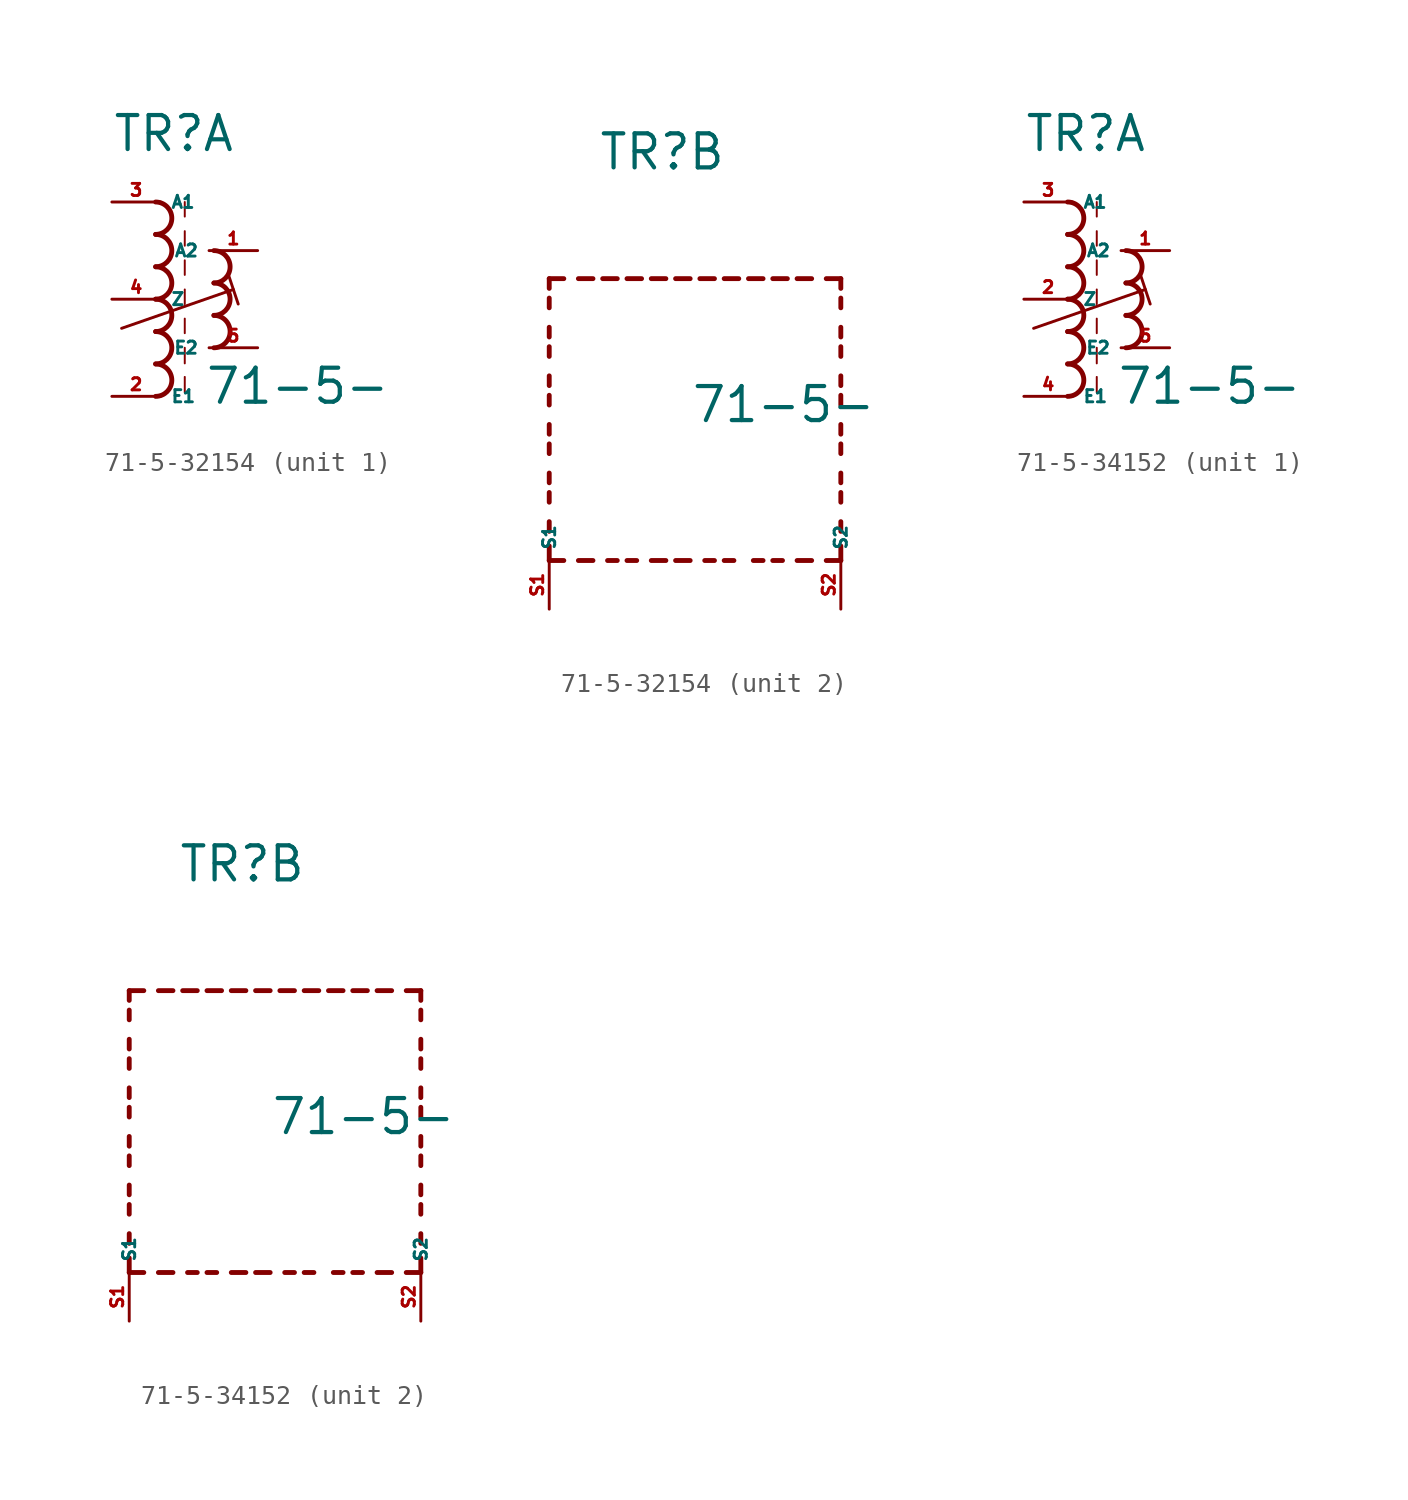
<source format=kicad_sym>
(kicad_symbol_lib
  (version 20220914)
  (generator kicad_symbol_editor)
  (symbol "71-5-32154"
    (property "Reference" "TR"
      (at -2.54 7.62 0)
      (effects (font (size 1.778 1.778) (thickness 0.22)) (justify left bottom)))
    (property "Value" "71-5-"
      (at 2.286 -5.588 0)
      (effects (font (size 1.778 1.778) (thickness 0.22)) (justify left bottom)))
    (symbol "71-5-32154_1_0"
      (arc (start -0.2534 -5.08) (mid 0.593 -4.2333) (end -0.2534 -3.3866) (stroke (width 0.254) (type default)) (fill (type none)))
      (arc (start -0.2534 -3.3866) (mid 0.593 -2.5399) (end -0.2534 -1.6932) (stroke (width 0.254) (type default)) (fill (type none)))
      (arc (start -0.2534 -1.6934) (mid 0.593 -0.8467) (end -0.2534 0) (stroke (width 0.254) (type default)) (fill (type none)))
      (arc (start -0.2534 0) (mid 0.593 0.8467) (end -0.2534 1.6934) (stroke (width 0.254) (type default)) (fill (type none)))
      (arc (start -0.2532 1.6934) (mid 0.593 2.54) (end -0.2532 3.3866) (stroke (width 0.254) (type default)) (fill (type none)))
      (arc (start -0.2534 3.3866) (mid 0.593 4.2333) (end -0.2534 5.08) (stroke (width 0.254) (type default)) (fill (type none)))
      (polyline (pts (xy -2.032 -1.524) (xy 3.81 0.508)) (stroke (width 0.152) (type default)) (fill (type none)))
      (polyline (pts (xy 1.27 -4.064) (xy 1.27 -4.88)) (stroke (width 0.102) (type default)) (fill (type none)))
      (polyline (pts (xy 1.27 -2.54) (xy 1.27 -3.356)) (stroke (width 0.102) (type default)) (fill (type none)))
      (polyline (pts (xy 1.27 -1.016) (xy 1.27 -1.778)) (stroke (width 0.102) (type default)) (fill (type none)))
      (polyline (pts (xy 1.27 0.508) (xy 1.27 -0.254)) (stroke (width 0.102) (type default)) (fill (type none)))
      (polyline (pts (xy 1.27 2.032) (xy 1.27 1.27)) (stroke (width 0.102) (type default)) (fill (type none)))
      (polyline (pts (xy 1.27 3.556) (xy 1.27 2.794)) (stroke (width 0.102) (type default)) (fill (type none)))
      (polyline (pts (xy 1.27 5.08) (xy 1.27 4.318)) (stroke (width 0.102) (type default)) (fill (type none)))
      (polyline (pts (xy 3.556 1.27) (xy 4.064 -0.254)) (stroke (width 0.152) (type default)) (fill (type none)))
      (arc (start 2.794 -2.54) (mid 3.6404 -1.6933) (end 2.794 -0.8466) (stroke (width 0.254) (type default)) (fill (type none)))
      (arc (start 2.794 -0.8466) (mid 3.6402 0) (end 2.794 0.8466) (stroke (width 0.254) (type default)) (fill (type none)))
      (arc (start 2.794 0.8466) (mid 3.6404 1.6933) (end 2.794 2.54) (stroke (width 0.254) (type default)) (fill (type none)))
      (pin passive line (at 5.08 2.54 180) (length 2.54) (name "A2" (effects (font (size 0.635 0.635)))) (number "1" (effects (font (size 0.635 0.635)))))
      (pin passive line (at -2.54 -5.08 0) (length 2.54) (name "E1" (effects (font (size 0.635 0.635)))) (number "2" (effects (font (size 0.635 0.635)))))
      (pin passive line (at -2.54 5.08 0) (length 2.54) (name "A1" (effects (font (size 0.635 0.635)))) (number "3" (effects (font (size 0.635 0.635)))))
      (pin passive line (at -2.54 0 0) (length 2.54) (name "Z" (effects (font (size 0.635 0.635)))) (number "4" (effects (font (size 0.635 0.635)))))
      (pin passive line (at 5.08 -2.54 180) (length 2.54) (name "E2" (effects (font (size 0.635 0.635)))) (number "5" (effects (font (size 0.635 0.635))))))
    (symbol "71-5-32154_2_0"
      (polyline (pts (xy -5.08 -12.7) (xy -5.08 -11.938)) (stroke (width 0.254) (type default)) (fill (type none)))
      (polyline (pts (xy -5.08 -12.7) (xy -4.318 -12.7)) (stroke (width 0.254) (type default)) (fill (type none)))
      (polyline (pts (xy -5.08 -11.176) (xy -5.08 -10.668)) (stroke (width 0.254) (type default)) (fill (type none)))
      (polyline (pts (xy -5.08 -9.652) (xy -5.08 -9.144)) (stroke (width 0.254) (type default)) (fill (type none)))
      (polyline (pts (xy -5.08 -8.636) (xy -5.08 -8.128)) (stroke (width 0.254) (type default)) (fill (type none)))
      (polyline (pts (xy -5.08 -7.112) (xy -5.08 -6.604)) (stroke (width 0.254) (type default)) (fill (type none)))
      (polyline (pts (xy -5.08 -6.096) (xy -5.08 -5.588)) (stroke (width 0.254) (type default)) (fill (type none)))
      (polyline (pts (xy -5.08 -4.572) (xy -5.08 -4.064)) (stroke (width 0.254) (type default)) (fill (type none)))
      (polyline (pts (xy -5.08 -3.556) (xy -5.08 -3.048)) (stroke (width 0.254) (type default)) (fill (type none)))
      (polyline (pts (xy -5.08 -2.032) (xy -5.08 -1.524)) (stroke (width 0.254) (type default)) (fill (type none)))
      (polyline (pts (xy -5.08 -1.016) (xy -5.08 -0.508)) (stroke (width 0.254) (type default)) (fill (type none)))
      (polyline (pts (xy -5.08 0.508) (xy -5.08 1.016)) (stroke (width 0.254) (type default)) (fill (type none)))
      (polyline (pts (xy -5.08 1.524) (xy -5.08 2.032)) (stroke (width 0.254) (type default)) (fill (type none)))
      (polyline (pts (xy -5.08 2.032) (xy -4.318 2.032)) (stroke (width 0.254) (type default)) (fill (type none)))
      (polyline (pts (xy -3.556 -12.7) (xy -2.794 -12.7)) (stroke (width 0.254) (type default)) (fill (type none)))
      (polyline (pts (xy -3.556 2.032) (xy -2.794 2.032)) (stroke (width 0.254) (type default)) (fill (type none)))
      (polyline (pts (xy -1.524 -12.7) (xy -2.032 -12.7)) (stroke (width 0.254) (type default)) (fill (type none)))
      (polyline (pts (xy -1.524 2.032) (xy -2.286 2.032)) (stroke (width 0.254) (type default)) (fill (type none)))
      (polyline (pts (xy -1.016 2.032) (xy -0.254 2.032)) (stroke (width 0.254) (type default)) (fill (type none)))
      (polyline (pts (xy -0.508 -12.7) (xy -1.016 -12.7)) (stroke (width 0.254) (type default)) (fill (type none)))
      (polyline (pts (xy 1.016 -12.7) (xy 0.254 -12.7)) (stroke (width 0.254) (type default)) (fill (type none)))
      (polyline (pts (xy 1.016 2.032) (xy 0.254 2.032)) (stroke (width 0.254) (type default)) (fill (type none)))
      (polyline (pts (xy 1.524 -12.7) (xy 2.286 -12.7)) (stroke (width 0.254) (type default)) (fill (type none)))
      (polyline (pts (xy 1.524 2.032) (xy 2.286 2.032)) (stroke (width 0.254) (type default)) (fill (type none)))
      (polyline (pts (xy 3.556 -12.7) (xy 3.048 -12.7)) (stroke (width 0.254) (type default)) (fill (type none)))
      (polyline (pts (xy 3.556 2.032) (xy 2.794 2.032)) (stroke (width 0.254) (type default)) (fill (type none)))
      (polyline (pts (xy 4.064 2.032) (xy 4.826 2.032)) (stroke (width 0.254) (type default)) (fill (type none)))
      (polyline (pts (xy 4.572 -12.7) (xy 4.064 -12.7)) (stroke (width 0.254) (type default)) (fill (type none)))
      (polyline (pts (xy 6.096 -12.7) (xy 5.588 -12.7)) (stroke (width 0.254) (type default)) (fill (type none)))
      (polyline (pts (xy 6.096 2.032) (xy 5.334 2.032)) (stroke (width 0.254) (type default)) (fill (type none)))
      (polyline (pts (xy 6.604 2.032) (xy 7.366 2.032)) (stroke (width 0.254) (type default)) (fill (type none)))
      (polyline (pts (xy 7.112 -12.7) (xy 6.604 -12.7)) (stroke (width 0.254) (type default)) (fill (type none)))
      (polyline (pts (xy 8.636 -12.7) (xy 7.874 -12.7)) (stroke (width 0.254) (type default)) (fill (type none)))
      (polyline (pts (xy 8.636 2.032) (xy 7.874 2.032)) (stroke (width 0.254) (type default)) (fill (type none)))
      (polyline (pts (xy 10.16 -12.7) (xy 9.398 -12.7)) (stroke (width 0.254) (type default)) (fill (type none)))
      (polyline (pts (xy 10.16 -12.7) (xy 10.16 -11.938)) (stroke (width 0.254) (type default)) (fill (type none)))
      (polyline (pts (xy 10.16 -11.176) (xy 10.16 -10.668)) (stroke (width 0.254) (type default)) (fill (type none)))
      (polyline (pts (xy 10.16 -9.652) (xy 10.16 -9.144)) (stroke (width 0.254) (type default)) (fill (type none)))
      (polyline (pts (xy 10.16 -8.636) (xy 10.16 -8.128)) (stroke (width 0.254) (type default)) (fill (type none)))
      (polyline (pts (xy 10.16 -7.112) (xy 10.16 -6.604)) (stroke (width 0.254) (type default)) (fill (type none)))
      (polyline (pts (xy 10.16 -6.096) (xy 10.16 -5.588)) (stroke (width 0.254) (type default)) (fill (type none)))
      (polyline (pts (xy 10.16 -4.572) (xy 10.16 -4.064)) (stroke (width 0.254) (type default)) (fill (type none)))
      (polyline (pts (xy 10.16 -3.556) (xy 10.16 -3.048)) (stroke (width 0.254) (type default)) (fill (type none)))
      (polyline (pts (xy 10.16 -2.032) (xy 10.16 -1.524)) (stroke (width 0.254) (type default)) (fill (type none)))
      (polyline (pts (xy 10.16 -1.016) (xy 10.16 -0.508)) (stroke (width 0.254) (type default)) (fill (type none)))
      (polyline (pts (xy 10.16 0.508) (xy 10.16 1.016)) (stroke (width 0.254) (type default)) (fill (type none)))
      (polyline (pts (xy 10.16 1.524) (xy 10.16 2.032)) (stroke (width 0.254) (type default)) (fill (type none)))
      (polyline (pts (xy 10.16 2.032) (xy 9.398 2.032)) (stroke (width 0.254) (type default)) (fill (type none)))
      (pin passive line (at -5.08 -15.24 90) (length 2.54) (name "S1" (effects (font (size 0.635 0.635)))) (number "S1" (effects (font (size 0.635 0.635)))))
      (pin passive line (at 10.16 -15.24 90) (length 2.54) (name "S2" (effects (font (size 0.635 0.635)))) (number "S2" (effects (font (size 0.635 0.635)))))))
  (symbol "71-5-34152"
    (property "Reference" "TR"
      (at -2.54 7.62 0)
      (effects (font (size 1.778 1.778) (thickness 0.22)) (justify left bottom)))
    (property "Value" "71-5-"
      (at 2.286 -5.588 0)
      (effects (font (size 1.778 1.778) (thickness 0.22)) (justify left bottom)))
    (symbol "71-5-34152_1_0"
      (arc (start -0.2534 -5.08) (mid 0.593 -4.2333) (end -0.2534 -3.3866) (stroke (width 0.254) (type default)) (fill (type none)))
      (arc (start -0.2534 -3.3866) (mid 0.593 -2.5399) (end -0.2534 -1.6932) (stroke (width 0.254) (type default)) (fill (type none)))
      (arc (start -0.2534 -1.6934) (mid 0.593 -0.8467) (end -0.2534 0) (stroke (width 0.254) (type default)) (fill (type none)))
      (arc (start -0.2534 0) (mid 0.593 0.8467) (end -0.2534 1.6934) (stroke (width 0.254) (type default)) (fill (type none)))
      (arc (start -0.2532 1.6934) (mid 0.593 2.54) (end -0.2532 3.3866) (stroke (width 0.254) (type default)) (fill (type none)))
      (arc (start -0.2534 3.3866) (mid 0.593 4.2333) (end -0.2534 5.08) (stroke (width 0.254) (type default)) (fill (type none)))
      (polyline (pts (xy -2.032 -1.524) (xy 3.81 0.508)) (stroke (width 0.152) (type default)) (fill (type none)))
      (polyline (pts (xy 1.27 -4.064) (xy 1.27 -4.88)) (stroke (width 0.102) (type default)) (fill (type none)))
      (polyline (pts (xy 1.27 -2.54) (xy 1.27 -3.356)) (stroke (width 0.102) (type default)) (fill (type none)))
      (polyline (pts (xy 1.27 -1.016) (xy 1.27 -1.778)) (stroke (width 0.102) (type default)) (fill (type none)))
      (polyline (pts (xy 1.27 0.508) (xy 1.27 -0.254)) (stroke (width 0.102) (type default)) (fill (type none)))
      (polyline (pts (xy 1.27 2.032) (xy 1.27 1.27)) (stroke (width 0.102) (type default)) (fill (type none)))
      (polyline (pts (xy 1.27 3.556) (xy 1.27 2.794)) (stroke (width 0.102) (type default)) (fill (type none)))
      (polyline (pts (xy 1.27 5.08) (xy 1.27 4.318)) (stroke (width 0.102) (type default)) (fill (type none)))
      (polyline (pts (xy 3.556 1.27) (xy 4.064 -0.254)) (stroke (width 0.152) (type default)) (fill (type none)))
      (arc (start 2.794 -2.54) (mid 3.6404 -1.6933) (end 2.794 -0.8466) (stroke (width 0.254) (type default)) (fill (type none)))
      (arc (start 2.794 -0.8466) (mid 3.6402 0) (end 2.794 0.8466) (stroke (width 0.254) (type default)) (fill (type none)))
      (arc (start 2.794 0.8466) (mid 3.6404 1.6933) (end 2.794 2.54) (stroke (width 0.254) (type default)) (fill (type none)))
      (pin passive line (at 5.08 2.54 180) (length 2.54) (name "A2" (effects (font (size 0.635 0.635)))) (number "1" (effects (font (size 0.635 0.635)))))
      (pin passive line (at -2.54 0 0) (length 2.54) (name "Z" (effects (font (size 0.635 0.635)))) (number "2" (effects (font (size 0.635 0.635)))))
      (pin passive line (at -2.54 5.08 0) (length 2.54) (name "A1" (effects (font (size 0.635 0.635)))) (number "3" (effects (font (size 0.635 0.635)))))
      (pin passive line (at -2.54 -5.08 0) (length 2.54) (name "E1" (effects (font (size 0.635 0.635)))) (number "4" (effects (font (size 0.635 0.635)))))
      (pin passive line (at 5.08 -2.54 180) (length 2.54) (name "E2" (effects (font (size 0.635 0.635)))) (number "5" (effects (font (size 0.635 0.635))))))
    (symbol "71-5-34152_2_0"
      (polyline (pts (xy -5.08 -12.7) (xy -5.08 -11.938)) (stroke (width 0.254) (type default)) (fill (type none)))
      (polyline (pts (xy -5.08 -12.7) (xy -4.318 -12.7)) (stroke (width 0.254) (type default)) (fill (type none)))
      (polyline (pts (xy -5.08 -11.176) (xy -5.08 -10.668)) (stroke (width 0.254) (type default)) (fill (type none)))
      (polyline (pts (xy -5.08 -9.652) (xy -5.08 -9.144)) (stroke (width 0.254) (type default)) (fill (type none)))
      (polyline (pts (xy -5.08 -8.636) (xy -5.08 -8.128)) (stroke (width 0.254) (type default)) (fill (type none)))
      (polyline (pts (xy -5.08 -7.112) (xy -5.08 -6.604)) (stroke (width 0.254) (type default)) (fill (type none)))
      (polyline (pts (xy -5.08 -6.096) (xy -5.08 -5.588)) (stroke (width 0.254) (type default)) (fill (type none)))
      (polyline (pts (xy -5.08 -4.572) (xy -5.08 -4.064)) (stroke (width 0.254) (type default)) (fill (type none)))
      (polyline (pts (xy -5.08 -3.556) (xy -5.08 -3.048)) (stroke (width 0.254) (type default)) (fill (type none)))
      (polyline (pts (xy -5.08 -2.032) (xy -5.08 -1.524)) (stroke (width 0.254) (type default)) (fill (type none)))
      (polyline (pts (xy -5.08 -1.016) (xy -5.08 -0.508)) (stroke (width 0.254) (type default)) (fill (type none)))
      (polyline (pts (xy -5.08 0.508) (xy -5.08 1.016)) (stroke (width 0.254) (type default)) (fill (type none)))
      (polyline (pts (xy -5.08 1.524) (xy -5.08 2.032)) (stroke (width 0.254) (type default)) (fill (type none)))
      (polyline (pts (xy -5.08 2.032) (xy -4.318 2.032)) (stroke (width 0.254) (type default)) (fill (type none)))
      (polyline (pts (xy -3.556 -12.7) (xy -2.794 -12.7)) (stroke (width 0.254) (type default)) (fill (type none)))
      (polyline (pts (xy -3.556 2.032) (xy -2.794 2.032)) (stroke (width 0.254) (type default)) (fill (type none)))
      (polyline (pts (xy -1.524 -12.7) (xy -2.032 -12.7)) (stroke (width 0.254) (type default)) (fill (type none)))
      (polyline (pts (xy -1.524 2.032) (xy -2.286 2.032)) (stroke (width 0.254) (type default)) (fill (type none)))
      (polyline (pts (xy -1.016 2.032) (xy -0.254 2.032)) (stroke (width 0.254) (type default)) (fill (type none)))
      (polyline (pts (xy -0.508 -12.7) (xy -1.016 -12.7)) (stroke (width 0.254) (type default)) (fill (type none)))
      (polyline (pts (xy 1.016 -12.7) (xy 0.254 -12.7)) (stroke (width 0.254) (type default)) (fill (type none)))
      (polyline (pts (xy 1.016 2.032) (xy 0.254 2.032)) (stroke (width 0.254) (type default)) (fill (type none)))
      (polyline (pts (xy 1.524 -12.7) (xy 2.286 -12.7)) (stroke (width 0.254) (type default)) (fill (type none)))
      (polyline (pts (xy 1.524 2.032) (xy 2.286 2.032)) (stroke (width 0.254) (type default)) (fill (type none)))
      (polyline (pts (xy 3.556 -12.7) (xy 3.048 -12.7)) (stroke (width 0.254) (type default)) (fill (type none)))
      (polyline (pts (xy 3.556 2.032) (xy 2.794 2.032)) (stroke (width 0.254) (type default)) (fill (type none)))
      (polyline (pts (xy 4.064 2.032) (xy 4.826 2.032)) (stroke (width 0.254) (type default)) (fill (type none)))
      (polyline (pts (xy 4.572 -12.7) (xy 4.064 -12.7)) (stroke (width 0.254) (type default)) (fill (type none)))
      (polyline (pts (xy 6.096 -12.7) (xy 5.588 -12.7)) (stroke (width 0.254) (type default)) (fill (type none)))
      (polyline (pts (xy 6.096 2.032) (xy 5.334 2.032)) (stroke (width 0.254) (type default)) (fill (type none)))
      (polyline (pts (xy 6.604 2.032) (xy 7.366 2.032)) (stroke (width 0.254) (type default)) (fill (type none)))
      (polyline (pts (xy 7.112 -12.7) (xy 6.604 -12.7)) (stroke (width 0.254) (type default)) (fill (type none)))
      (polyline (pts (xy 8.636 -12.7) (xy 7.874 -12.7)) (stroke (width 0.254) (type default)) (fill (type none)))
      (polyline (pts (xy 8.636 2.032) (xy 7.874 2.032)) (stroke (width 0.254) (type default)) (fill (type none)))
      (polyline (pts (xy 10.16 -12.7) (xy 9.398 -12.7)) (stroke (width 0.254) (type default)) (fill (type none)))
      (polyline (pts (xy 10.16 -12.7) (xy 10.16 -11.938)) (stroke (width 0.254) (type default)) (fill (type none)))
      (polyline (pts (xy 10.16 -11.176) (xy 10.16 -10.668)) (stroke (width 0.254) (type default)) (fill (type none)))
      (polyline (pts (xy 10.16 -9.652) (xy 10.16 -9.144)) (stroke (width 0.254) (type default)) (fill (type none)))
      (polyline (pts (xy 10.16 -8.636) (xy 10.16 -8.128)) (stroke (width 0.254) (type default)) (fill (type none)))
      (polyline (pts (xy 10.16 -7.112) (xy 10.16 -6.604)) (stroke (width 0.254) (type default)) (fill (type none)))
      (polyline (pts (xy 10.16 -6.096) (xy 10.16 -5.588)) (stroke (width 0.254) (type default)) (fill (type none)))
      (polyline (pts (xy 10.16 -4.572) (xy 10.16 -4.064)) (stroke (width 0.254) (type default)) (fill (type none)))
      (polyline (pts (xy 10.16 -3.556) (xy 10.16 -3.048)) (stroke (width 0.254) (type default)) (fill (type none)))
      (polyline (pts (xy 10.16 -2.032) (xy 10.16 -1.524)) (stroke (width 0.254) (type default)) (fill (type none)))
      (polyline (pts (xy 10.16 -1.016) (xy 10.16 -0.508)) (stroke (width 0.254) (type default)) (fill (type none)))
      (polyline (pts (xy 10.16 0.508) (xy 10.16 1.016)) (stroke (width 0.254) (type default)) (fill (type none)))
      (polyline (pts (xy 10.16 1.524) (xy 10.16 2.032)) (stroke (width 0.254) (type default)) (fill (type none)))
      (polyline (pts (xy 10.16 2.032) (xy 9.398 2.032)) (stroke (width 0.254) (type default)) (fill (type none)))
      (pin passive line (at -5.08 -15.24 90) (length 2.54) (name "S1" (effects (font (size 0.635 0.635)))) (number "S1" (effects (font (size 0.635 0.635)))))
      (pin passive line (at 10.16 -15.24 90) (length 2.54) (name "S2" (effects (font (size 0.635 0.635)))) (number "S2" (effects (font (size 0.635 0.635))))))))
</source>
